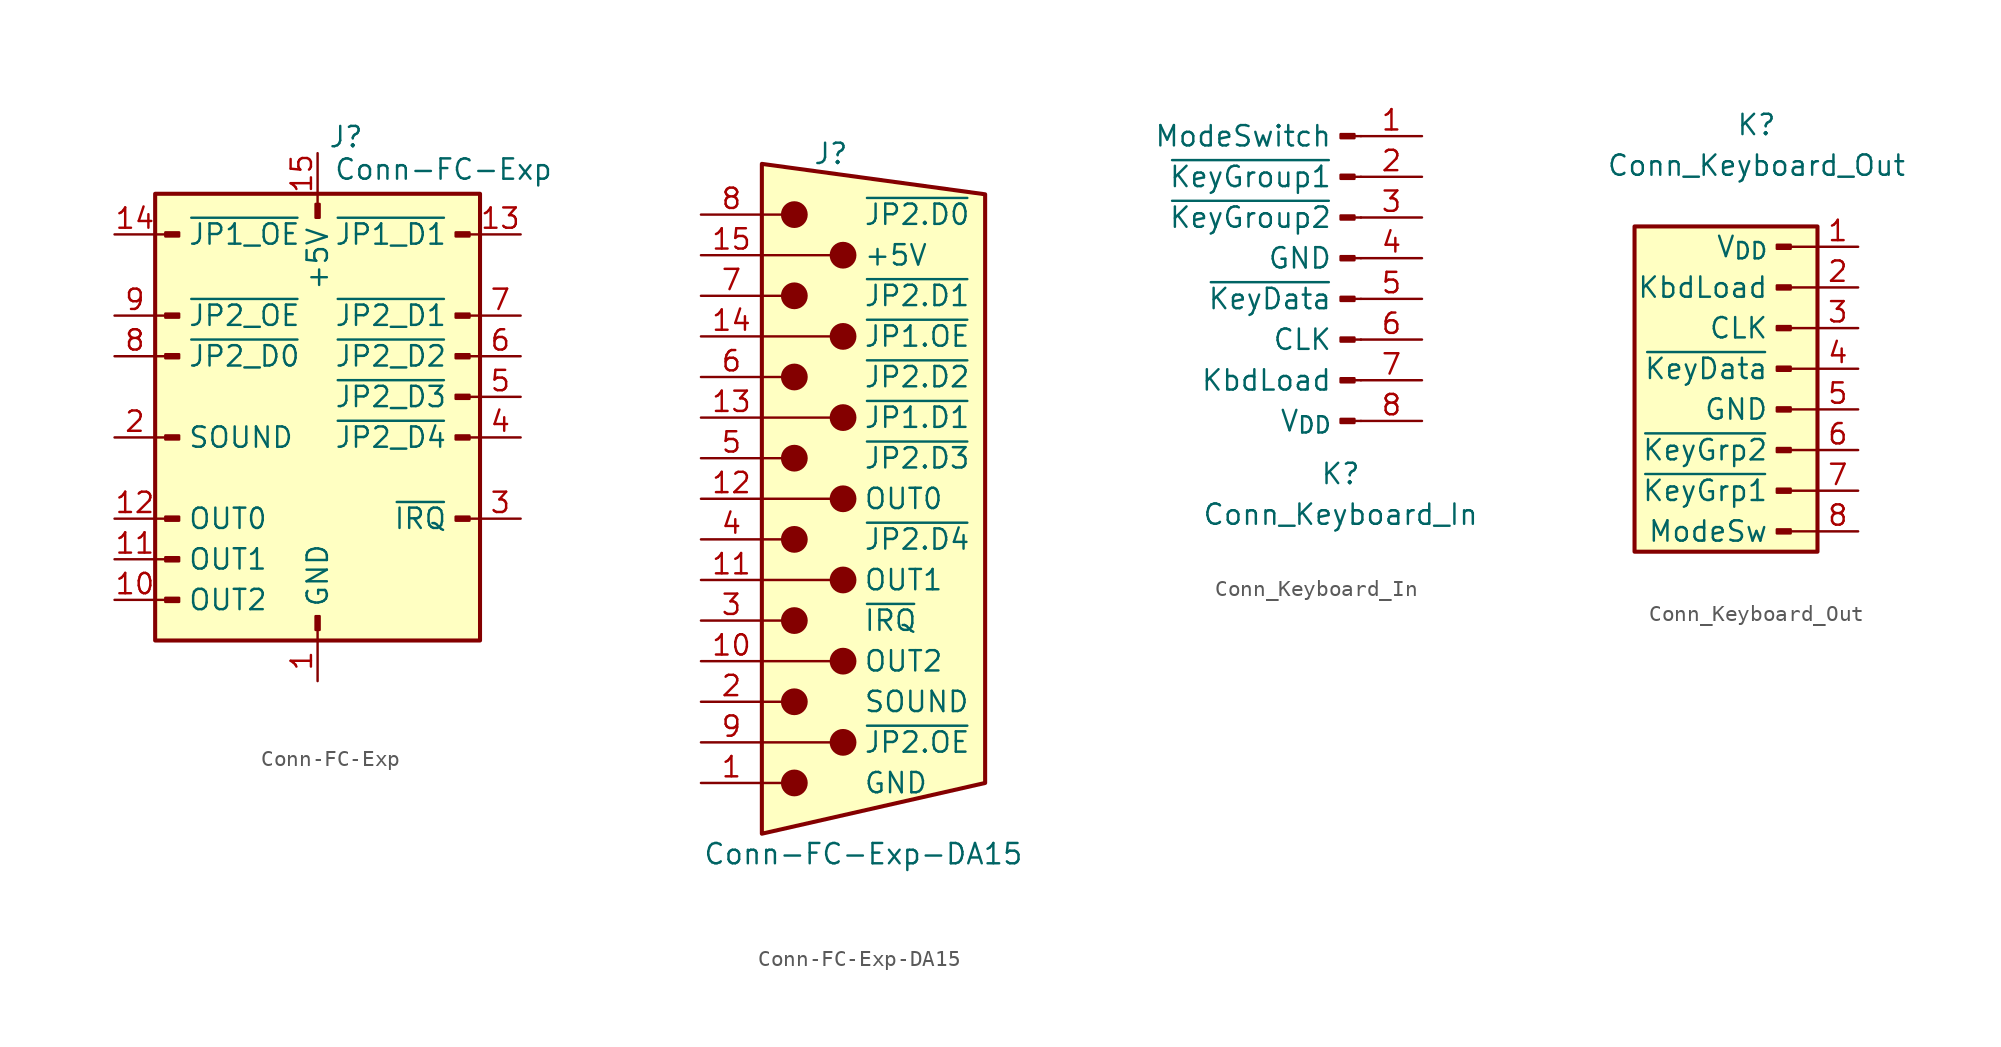
<source format=kicad_sym>
(kicad_symbol_lib
  (version 20231120)
  (generator "kicad_symbol_editor")
  (generator_version "8.0")
  (symbol "Conn-FC-Exp"
    (pin_names
      (offset 2.032))
    (property "Reference" "J"
      (at 1.778 17.526 0)
      (effects (font (size 1.27 1.27))))
    (property "Value" "Conn-FC-Exp"
      (at 7.874 15.494 0)
      (effects (font (size 1.27 1.27))))
    (symbol "Conn-FC-Exp_0_1"
      (rectangle (start -10.16 13.97) (end 10.16 -13.97) (stroke (width 0.254) (type default)) (fill (type background))))
    (symbol "Conn-FC-Exp_1_1"
      (rectangle (start -9.525 -11.303) (end -8.661 -11.557) (stroke (width 0.152) (type default)) (fill (type outline)))
      (rectangle (start -8.661 -9.017) (end -9.525 -8.763) (stroke (width 0.152) (type default)) (fill (type outline)))
      (rectangle (start -8.661 -6.477) (end -9.525 -6.223) (stroke (width 0.152) (type default)) (fill (type outline)))
      (rectangle (start -8.661 -1.397) (end -9.525 -1.143) (stroke (width 0.152) (type default)) (fill (type outline)))
      (rectangle (start -8.661 3.683) (end -9.525 3.937) (stroke (width 0.152) (type default)) (fill (type outline)))
      (rectangle (start -8.661 6.223) (end -9.525 6.477) (stroke (width 0.152) (type default)) (fill (type outline)))
      (rectangle (start -8.661 11.303) (end -9.525 11.557) (stroke (width 0.152) (type default)) (fill (type outline)))
      (rectangle (start -0.127 -12.446) (end 0.127 -13.31) (stroke (width 0.152) (type default)) (fill (type outline)))
      (rectangle (start -0.127 13.335) (end 0.127 12.471) (stroke (width 0.152) (type default)) (fill (type outline)))
      (polyline (pts (xy -10.16 -11.43) (xy -9.525 -11.43)) (stroke (width 0.152) (type default)) (fill (type none)))
      (polyline (pts (xy -10.16 -8.89) (xy -9.525 -8.89)) (stroke (width 0.152) (type default)) (fill (type none)))
      (polyline (pts (xy -10.16 -6.35) (xy -9.525 -6.35)) (stroke (width 0.152) (type default)) (fill (type none)))
      (polyline (pts (xy -10.16 -1.27) (xy -9.525 -1.27)) (stroke (width 0.152) (type default)) (fill (type none)))
      (polyline (pts (xy -10.16 3.81) (xy -9.525 3.81)) (stroke (width 0.152) (type default)) (fill (type none)))
      (polyline (pts (xy -10.16 6.35) (xy -9.525 6.35)) (stroke (width 0.152) (type default)) (fill (type none)))
      (polyline (pts (xy -10.16 11.43) (xy -9.525 11.43)) (stroke (width 0.152) (type default)) (fill (type none)))
      (polyline (pts (xy 0 -13.97) (xy 0 -13.335)) (stroke (width 0.152) (type default)) (fill (type none)))
      (polyline (pts (xy 0 13.97) (xy 0 13.335)) (stroke (width 0.152) (type default)) (fill (type none)))
      (polyline (pts (xy 10.16 -6.35) (xy 9.525 -6.35)) (stroke (width 0.152) (type default)) (fill (type none)))
      (polyline (pts (xy 10.16 -1.27) (xy 9.525 -1.27)) (stroke (width 0.152) (type default)) (fill (type none)))
      (polyline (pts (xy 10.16 1.27) (xy 9.525 1.27)) (stroke (width 0.152) (type default)) (fill (type none)))
      (polyline (pts (xy 10.16 3.81) (xy 9.525 3.81)) (stroke (width 0.152) (type default)) (fill (type none)))
      (polyline (pts (xy 10.16 6.35) (xy 9.525 6.35)) (stroke (width 0.152) (type default)) (fill (type none)))
      (polyline (pts (xy 10.16 11.43) (xy 9.525 11.43)) (stroke (width 0.152) (type default)) (fill (type none)))
      (rectangle (start 8.636 -6.223) (end 9.5 -6.477) (stroke (width 0.152) (type default)) (fill (type outline)))
      (rectangle (start 8.636 -1.143) (end 9.5 -1.397) (stroke (width 0.152) (type default)) (fill (type outline)))
      (rectangle (start 8.636 1.397) (end 9.5 1.143) (stroke (width 0.152) (type default)) (fill (type outline)))
      (rectangle (start 8.636 3.937) (end 9.5 3.683) (stroke (width 0.152) (type default)) (fill (type outline)))
      (rectangle (start 8.636 6.477) (end 9.5 6.223) (stroke (width 0.152) (type default)) (fill (type outline)))
      (rectangle (start 8.636 11.557) (end 9.5 11.303) (stroke (width 0.152) (type default)) (fill (type outline)))
      (pin power_in line (at 0 -16.51 90) (length 2.54) (name "GND" (effects (font (size 1.27 1.27)))) (number "1" (effects (font (size 1.27 1.27)))))
      (pin input line (at -12.7 -11.43 0) (length 2.54) (name "OUT2" (effects (font (size 1.27 1.27)))) (number "10" (effects (font (size 1.27 1.27)))))
      (pin input line (at -12.7 -8.89 0) (length 2.54) (name "OUT1" (effects (font (size 1.27 1.27)))) (number "11" (effects (font (size 1.27 1.27)))))
      (pin input line (at -12.7 -6.35 0) (length 2.54) (name "OUT0" (effects (font (size 1.27 1.27)))) (number "12" (effects (font (size 1.27 1.27)))))
      (pin output line (at 12.7 11.43 180) (length 2.54) (name "~{JP1_D1}" (effects (font (size 1.27 1.27)))) (number "13" (effects (font (size 1.27 1.27)))))
      (pin input line (at -12.7 11.43 0) (length 2.54) (name "~{JP1_OE}" (effects (font (size 1.27 1.27)))) (number "14" (effects (font (size 1.27 1.27)))))
      (pin power_in line (at 0 16.51 270) (length 2.54) (name "+5V" (effects (font (size 1.27 1.27)))) (number "15" (effects (font (size 1.27 1.27)))))
      (pin input line (at -12.7 -1.27 0) (length 2.54) (name "SOUND" (effects (font (size 1.27 1.27)))) (number "2" (effects (font (size 1.27 1.27)))))
      (pin open_collector line (at 12.7 -6.35 180) (length 2.54) (name "~{IRQ}" (effects (font (size 1.27 1.27)))) (number "3" (effects (font (size 1.27 1.27)))))
      (pin output line (at 12.7 -1.27 180) (length 2.54) (name "~{JP2_D4}" (effects (font (size 1.27 1.27)))) (number "4" (effects (font (size 1.27 1.27)))))
      (pin output line (at 12.7 1.27 180) (length 2.54) (name "~{JP2_D3}" (effects (font (size 1.27 1.27)))) (number "5" (effects (font (size 1.27 1.27)))))
      (pin output line (at 12.7 3.81 180) (length 2.54) (name "~{JP2_D2}" (effects (font (size 1.27 1.27)))) (number "6" (effects (font (size 1.27 1.27)))))
      (pin output line (at 12.7 6.35 180) (length 2.54) (name "~{JP2_D1}" (effects (font (size 1.27 1.27)))) (number "7" (effects (font (size 1.27 1.27)))))
      (pin input line (at -12.7 3.81 0) (length 2.54) (name "~{JP2_D0}" (effects (font (size 1.27 1.27)))) (number "8" (effects (font (size 1.27 1.27)))))
      (pin input line (at -12.7 6.35 0) (length 2.54) (name "~{JP2_OE}" (effects (font (size 1.27 1.27)))) (number "9" (effects (font (size 1.27 1.27)))))))
  (symbol "Conn-FC-Exp-DA15"
    (pin_names
      (offset 6.35))
    (property "Reference" "J"
      (at -2.032 21.59 0)
      (effects (font (size 1.27 1.27))))
    (property "Value" "Conn-FC-Exp-DA15"
      (at 0 -22.225 0)
      (effects (font (size 1.27 1.27))))
    (symbol "Conn-FC-Exp-DA15_0_1"
      (circle (center -4.318 -17.78) (radius 0.762) (stroke (width 0) (type default)) (fill (type outline)))
      (circle (center -4.318 -12.7) (radius 0.762) (stroke (width 0) (type default)) (fill (type outline)))
      (circle (center -4.318 -7.62) (radius 0.762) (stroke (width 0) (type default)) (fill (type outline)))
      (circle (center -4.318 -2.54) (radius 0.762) (stroke (width 0) (type default)) (fill (type outline)))
      (circle (center -4.318 2.54) (radius 0.762) (stroke (width 0) (type default)) (fill (type outline)))
      (circle (center -4.318 7.62) (radius 0.762) (stroke (width 0) (type default)) (fill (type outline)))
      (circle (center -4.318 12.7) (radius 0.762) (stroke (width 0) (type default)) (fill (type outline)))
      (circle (center -4.318 17.78) (radius 0.762) (stroke (width 0) (type default)) (fill (type outline)))
      (circle (center -1.27 -15.24) (radius 0.762) (stroke (width 0) (type default)) (fill (type outline)))
      (circle (center -1.27 -10.16) (radius 0.762) (stroke (width 0) (type default)) (fill (type outline)))
      (circle (center -1.27 -5.08) (radius 0.762) (stroke (width 0) (type default)) (fill (type outline)))
      (circle (center -1.27 0) (radius 0.762) (stroke (width 0) (type default)) (fill (type outline)))
      (circle (center -1.27 5.08) (radius 0.762) (stroke (width 0) (type default)) (fill (type outline)))
      (circle (center -1.27 10.16) (radius 0.762) (stroke (width 0) (type default)) (fill (type outline)))
      (circle (center -1.27 15.24) (radius 0.762) (stroke (width 0) (type default)) (fill (type outline)))
      (polyline (pts (xy -6.35 -17.78) (xy -5.08 -17.78)) (stroke (width 0) (type default)) (fill (type none)))
      (polyline (pts (xy -6.35 -15.24) (xy -2.032 -15.24)) (stroke (width 0) (type default)) (fill (type none)))
      (polyline (pts (xy -6.35 -12.7) (xy -5.08 -12.7)) (stroke (width 0) (type default)) (fill (type none)))
      (polyline (pts (xy -6.35 -10.16) (xy -2.032 -10.16)) (stroke (width 0) (type default)) (fill (type none)))
      (polyline (pts (xy -6.35 -7.62) (xy -5.08 -7.62)) (stroke (width 0) (type default)) (fill (type none)))
      (polyline (pts (xy -6.35 -5.08) (xy -2.032 -5.08)) (stroke (width 0) (type default)) (fill (type none)))
      (polyline (pts (xy -6.35 -2.54) (xy -5.08 -2.54)) (stroke (width 0) (type default)) (fill (type none)))
      (polyline (pts (xy -6.35 0) (xy -2.032 0)) (stroke (width 0) (type default)) (fill (type none)))
      (polyline (pts (xy -6.35 2.54) (xy -5.08 2.54)) (stroke (width 0) (type default)) (fill (type none)))
      (polyline (pts (xy -6.35 5.08) (xy -2.032 5.08)) (stroke (width 0) (type default)) (fill (type none)))
      (polyline (pts (xy -6.35 7.62) (xy -5.08 7.62)) (stroke (width 0) (type default)) (fill (type none)))
      (polyline (pts (xy -6.35 10.16) (xy -2.032 10.16)) (stroke (width 0) (type default)) (fill (type none)))
      (polyline (pts (xy -6.35 12.7) (xy -5.08 12.7)) (stroke (width 0) (type default)) (fill (type none)))
      (polyline (pts (xy -6.35 15.24) (xy -2.032 15.24)) (stroke (width 0) (type default)) (fill (type none)))
      (polyline (pts (xy -6.35 17.78) (xy -5.08 17.78)) (stroke (width 0) (type default)) (fill (type none)))
      (polyline (pts (xy -6.35 -20.955) (xy 7.62 -17.78) (xy 7.62 19.05) (xy -6.35 20.955) (xy -6.35 -20.955)) (stroke (width 0.254) (type default)) (fill (type background))))
    (symbol "Conn-FC-Exp-DA15_1_1"
      (pin power_in line (at -10.16 -17.78 0) (length 3.81) (name "GND" (effects (font (size 1.27 1.27)))) (number "1" (effects (font (size 1.27 1.27)))))
      (pin input line (at -10.16 -10.16 0) (length 3.81) (name "OUT2" (effects (font (size 1.27 1.27)))) (number "10" (effects (font (size 1.27 1.27)))))
      (pin input line (at -10.16 -5.08 0) (length 3.81) (name "OUT1" (effects (font (size 1.27 1.27)))) (number "11" (effects (font (size 1.27 1.27)))))
      (pin input line (at -10.16 0 0) (length 3.81) (name "OUT0" (effects (font (size 1.27 1.27)))) (number "12" (effects (font (size 1.27 1.27)))))
      (pin output line (at -10.16 5.08 0) (length 3.81) (name "~{JP1.D1}" (effects (font (size 1.27 1.27)))) (number "13" (effects (font (size 1.27 1.27)))))
      (pin input line (at -10.16 10.16 0) (length 3.81) (name "~{JP1.OE}" (effects (font (size 1.27 1.27)))) (number "14" (effects (font (size 1.27 1.27)))))
      (pin power_in line (at -10.16 15.24 0) (length 3.81) (name "+5V" (effects (font (size 1.27 1.27)))) (number "15" (effects (font (size 1.27 1.27)))))
      (pin input line (at -10.16 -12.7 0) (length 3.81) (name "SOUND" (effects (font (size 1.27 1.27)))) (number "2" (effects (font (size 1.27 1.27)))))
      (pin open_collector line (at -10.16 -7.62 0) (length 3.81) (name "~{IRQ}" (effects (font (size 1.27 1.27)))) (number "3" (effects (font (size 1.27 1.27)))))
      (pin output line (at -10.16 -2.54 0) (length 3.81) (name "~{JP2.D4}" (effects (font (size 1.27 1.27)))) (number "4" (effects (font (size 1.27 1.27)))))
      (pin output line (at -10.16 2.54 0) (length 3.81) (name "~{JP2.D3}" (effects (font (size 1.27 1.27)))) (number "5" (effects (font (size 1.27 1.27)))))
      (pin output line (at -10.16 7.62 0) (length 3.81) (name "~{JP2.D2}" (effects (font (size 1.27 1.27)))) (number "6" (effects (font (size 1.27 1.27)))))
      (pin output line (at -10.16 12.7 0) (length 3.81) (name "~{JP2.D1}" (effects (font (size 1.27 1.27)))) (number "7" (effects (font (size 1.27 1.27)))))
      (pin input line (at -10.16 17.78 0) (length 3.81) (name "~{JP2.D0}" (effects (font (size 1.27 1.27)))) (number "8" (effects (font (size 1.27 1.27)))))
      (pin input line (at -10.16 -15.24 0) (length 3.81) (name "~{JP2.OE}" (effects (font (size 1.27 1.27)))) (number "9" (effects (font (size 1.27 1.27)))))))
  (symbol "Conn_Keyboard_In"
    (pin_names
      (offset 1.778))
    (property "Reference" "K"
      (at 0 -13.462 0)
      (effects (font (size 1.27 1.27))))
    (property "Value" "Conn_Keyboard_In"
      (at 0 -16.002 0)
      (effects (font (size 1.27 1.27))))
    (symbol "Conn_Keyboard_In_1_1"
      (polyline (pts (xy 1.27 -10.16) (xy 0.864 -10.16)) (stroke (width 0.152) (type default)) (fill (type none)))
      (polyline (pts (xy 1.27 -7.62) (xy 0.864 -7.62)) (stroke (width 0.152) (type default)) (fill (type none)))
      (polyline (pts (xy 1.27 -5.08) (xy 0.864 -5.08)) (stroke (width 0.152) (type default)) (fill (type none)))
      (polyline (pts (xy 1.27 -2.54) (xy 0.864 -2.54)) (stroke (width 0.152) (type default)) (fill (type none)))
      (polyline (pts (xy 1.27 0) (xy 0.864 0)) (stroke (width 0.152) (type default)) (fill (type none)))
      (polyline (pts (xy 1.27 2.54) (xy 0.864 2.54)) (stroke (width 0.152) (type default)) (fill (type none)))
      (polyline (pts (xy 1.27 5.08) (xy 0.864 5.08)) (stroke (width 0.152) (type default)) (fill (type none)))
      (polyline (pts (xy 1.27 7.62) (xy 0.864 7.62)) (stroke (width 0.152) (type default)) (fill (type none)))
      (rectangle (start 0.864 -10.033) (end 0 -10.287) (stroke (width 0.152) (type default)) (fill (type outline)))
      (rectangle (start 0.864 -7.493) (end 0 -7.747) (stroke (width 0.152) (type default)) (fill (type outline)))
      (rectangle (start 0.864 -4.953) (end 0 -5.207) (stroke (width 0.152) (type default)) (fill (type outline)))
      (rectangle (start 0.864 -2.413) (end 0 -2.667) (stroke (width 0.152) (type default)) (fill (type outline)))
      (rectangle (start 0.864 0.127) (end 0 -0.127) (stroke (width 0.152) (type default)) (fill (type outline)))
      (rectangle (start 0.864 2.667) (end 0 2.413) (stroke (width 0.152) (type default)) (fill (type outline)))
      (rectangle (start 0.864 5.207) (end 0 4.953) (stroke (width 0.152) (type default)) (fill (type outline)))
      (rectangle (start 0.864 7.747) (end 0 7.493) (stroke (width 0.152) (type default)) (fill (type outline)))
      (pin open_collector line (at 5.08 7.62 180) (length 3.81) (name "ModeSwitch" (effects (font (size 1.27 1.27)))) (number "1" (effects (font (size 1.27 1.27)))))
      (pin output line (at 5.08 5.08 180) (length 3.81) (name "~{KeyGroup1}" (effects (font (size 1.27 1.27)))) (number "2" (effects (font (size 1.27 1.27)))))
      (pin output line (at 5.08 2.54 180) (length 3.81) (name "~{KeyGroup2}" (effects (font (size 1.27 1.27)))) (number "3" (effects (font (size 1.27 1.27)))))
      (pin power_out line (at 5.08 0 180) (length 3.81) (name "GND" (effects (font (size 1.27 1.27)))) (number "4" (effects (font (size 1.27 1.27)))))
      (pin input line (at 5.08 -2.54 180) (length 3.81) (name "~{KeyData}" (effects (font (size 1.27 1.27)))) (number "5" (effects (font (size 1.27 1.27)))))
      (pin output line (at 5.08 -5.08 180) (length 3.81) (name "CLK" (effects (font (size 1.27 1.27)))) (number "6" (effects (font (size 1.27 1.27)))))
      (pin output line (at 5.08 -7.62 180) (length 3.81) (name "KbdLoad" (effects (font (size 1.27 1.27)))) (number "7" (effects (font (size 1.27 1.27)))))
      (pin power_out line (at 5.08 -10.16 180) (length 3.81) (name "V_{DD}" (effects (font (size 1.27 1.27)))) (number "8" (effects (font (size 1.27 1.27)))))))
  (symbol "Conn_Keyboard_Out"
    (pin_names
      (offset 3.048))
    (property "Reference" "K"
      (at 0 15.24 0)
      (effects (font (size 1.27 1.27))))
    (property "Value" "Conn_Keyboard_Out"
      (at 0 12.7 0)
      (effects (font (size 1.27 1.27))))
    (symbol "Conn_Keyboard_Out_0_1"
      (rectangle (start -7.62 8.89) (end 3.81 -11.43) (stroke (width 0.254) (type default)) (fill (type background))))
    (symbol "Conn_Keyboard_Out_1_1"
      (polyline (pts (xy 3.81 -10.16) (xy 2.134 -10.16)) (stroke (width 0.152) (type default)) (fill (type none)))
      (polyline (pts (xy 3.81 -7.62) (xy 2.134 -7.62)) (stroke (width 0.152) (type default)) (fill (type none)))
      (polyline (pts (xy 3.81 -5.08) (xy 2.134 -5.08)) (stroke (width 0.152) (type default)) (fill (type none)))
      (polyline (pts (xy 3.81 -2.54) (xy 2.134 -2.54)) (stroke (width 0.152) (type default)) (fill (type none)))
      (polyline (pts (xy 3.81 0) (xy 2.134 0)) (stroke (width 0.152) (type default)) (fill (type none)))
      (polyline (pts (xy 3.81 2.54) (xy 2.134 2.54)) (stroke (width 0.152) (type default)) (fill (type none)))
      (polyline (pts (xy 3.81 5.08) (xy 2.134 5.08)) (stroke (width 0.152) (type default)) (fill (type none)))
      (polyline (pts (xy 3.81 7.62) (xy 2.134 7.62)) (stroke (width 0.152) (type default)) (fill (type none)))
      (rectangle (start 1.27 -10.033) (end 2.134 -10.287) (stroke (width 0.152) (type default)) (fill (type outline)))
      (rectangle (start 1.27 -7.493) (end 2.134 -7.747) (stroke (width 0.152) (type default)) (fill (type outline)))
      (rectangle (start 1.27 -4.953) (end 2.134 -5.207) (stroke (width 0.152) (type default)) (fill (type outline)))
      (rectangle (start 1.27 -2.413) (end 2.134 -2.667) (stroke (width 0.152) (type default)) (fill (type outline)))
      (rectangle (start 1.27 0.127) (end 2.134 -0.127) (stroke (width 0.152) (type default)) (fill (type outline)))
      (rectangle (start 1.27 2.667) (end 2.134 2.413) (stroke (width 0.152) (type default)) (fill (type outline)))
      (rectangle (start 1.27 5.207) (end 2.134 4.953) (stroke (width 0.152) (type default)) (fill (type outline)))
      (rectangle (start 1.27 7.747) (end 2.134 7.493) (stroke (width 0.152) (type default)) (fill (type outline)))
      (pin power_in line (at 6.35 7.62 180) (length 2.54) (name "V_{DD}" (effects (font (size 1.27 1.27)))) (number "1" (effects (font (size 1.27 1.27)))))
      (pin input line (at 6.35 5.08 180) (length 2.54) (name "KbdLoad" (effects (font (size 1.27 1.27)))) (number "2" (effects (font (size 1.27 1.27)))))
      (pin input line (at 6.35 2.54 180) (length 2.54) (name "CLK" (effects (font (size 1.27 1.27)))) (number "3" (effects (font (size 1.27 1.27)))))
      (pin output line (at 6.35 0 180) (length 2.54) (name "~{KeyData}" (effects (font (size 1.27 1.27)))) (number "4" (effects (font (size 1.27 1.27)))))
      (pin power_in line (at 6.35 -2.54 180) (length 2.54) (name "GND" (effects (font (size 1.27 1.27)))) (number "5" (effects (font (size 1.27 1.27)))))
      (pin input line (at 6.35 -5.08 180) (length 2.54) (name "~{KeyGrp2}" (effects (font (size 1.27 1.27)))) (number "6" (effects (font (size 1.27 1.27)))))
      (pin input line (at 6.35 -7.62 180) (length 2.54) (name "~{KeyGrp1}" (effects (font (size 1.27 1.27)))) (number "7" (effects (font (size 1.27 1.27)))))
      (pin open_collector line (at 6.35 -10.16 180) (length 2.54) (name "ModeSw" (effects (font (size 1.27 1.27)))) (number "8" (effects (font (size 1.27 1.27))))))))
</source>
